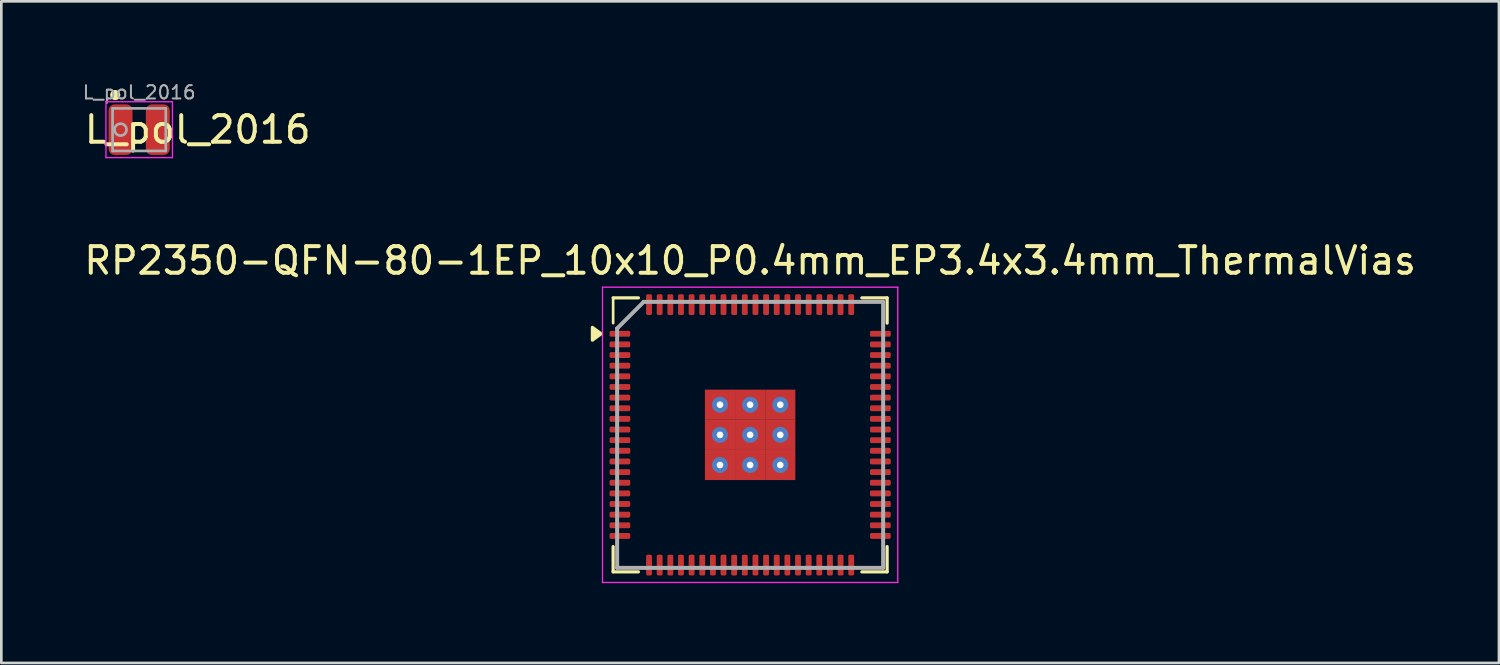
<source format=kicad_pcb>
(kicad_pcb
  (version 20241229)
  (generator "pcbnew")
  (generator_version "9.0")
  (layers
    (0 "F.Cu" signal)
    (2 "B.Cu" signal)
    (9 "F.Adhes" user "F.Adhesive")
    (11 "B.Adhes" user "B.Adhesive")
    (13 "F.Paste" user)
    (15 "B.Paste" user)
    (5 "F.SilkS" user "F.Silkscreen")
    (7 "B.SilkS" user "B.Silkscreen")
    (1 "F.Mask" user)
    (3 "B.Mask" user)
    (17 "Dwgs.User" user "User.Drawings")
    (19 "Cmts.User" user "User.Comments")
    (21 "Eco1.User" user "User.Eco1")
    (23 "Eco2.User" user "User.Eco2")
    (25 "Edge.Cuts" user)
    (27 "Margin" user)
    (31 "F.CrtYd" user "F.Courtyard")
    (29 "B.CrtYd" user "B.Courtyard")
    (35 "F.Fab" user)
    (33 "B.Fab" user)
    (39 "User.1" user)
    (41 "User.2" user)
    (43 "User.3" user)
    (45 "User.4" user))
  (footprint "L_pol_2016"
    (layer "F.Cu")
    (at 2.182 1.824)
    (property "Reference" "L_pol_2016" (at 2.2 0 0) (layer "F.SilkS") (effects (font (size 1 1) (thickness 0.15))))
    (attr smd)
    (fp_circle (center -0.9 -1.3) (end -0.759 -1.3) (stroke (width 0.1) (type solid)) (fill yes) (layer "F.SilkS"))
    (fp_line (start -1.25 -1.05) (end -1.25 1.05) (stroke (width 0.05) (type solid)) (layer "F.CrtYd"))
    (fp_line (start -1.25 1.05) (end 1.25 1.05) (stroke (width 0.05) (type solid)) (layer "F.CrtYd"))
    (fp_line (start 1.25 -1.05) (end -1.25 -1.05) (stroke (width 0.05) (type solid)) (layer "F.CrtYd"))
    (fp_line (start 1.25 1.05) (end 1.25 -1.05) (stroke (width 0.05) (type solid)) (layer "F.CrtYd"))
    (fp_line (start -1 -0.8) (end -1 0.8) (stroke (width 0.1) (type solid)) (layer "F.Fab"))
    (fp_line (start -1 0.8) (end 1 0.8) (stroke (width 0.1) (type solid)) (layer "F.Fab"))
    (fp_line (start 1 -0.8) (end -1 -0.8) (stroke (width 0.1) (type solid)) (layer "F.Fab"))
    (fp_line (start 1 0.8) (end 1 -0.8) (stroke (width 0.1) (type solid)) (layer "F.Fab"))
    (fp_circle (center -0.7 0) (end -0.476 0) (stroke (width 0.1) (type solid)) (fill no) (layer "F.Fab"))
    (fp_text user "${REFERENCE}" (at 0 -1.4 0) (layer "F.Fab") (effects (font (size 0.5 0.5) (thickness 0.075))))
    (pad "1" smd roundrect (at -0.7 0) (size 0.9 1.9) (layers "F.Cu" "F.Mask" "F.Paste") (roundrect_rratio 0.25))
    (pad "2" smd roundrect (at 0.7 0) (size 0.9 1.9) (layers "F.Cu" "F.Mask" "F.Paste") (roundrect_rratio 0.25)))
  (footprint "RP2350-QFN-80-1EP_10x10_P0.4mm_EP3.4x3.4mm_ThermalVias"
    (layer "F.Cu")
    (at 25.149 13.297)
    (property "Reference" "RP2350-QFN-80-1EP_10x10_P0.4mm_EP3.4x3.4mm_ThermalVias" (at 0 -6.55 0) (layer "F.SilkS") (effects (font (size 1 1) (thickness 0.15))))
    (attr smd)
    (fp_line (start -5.15 -4.2) (end -5.15 -5.15) (stroke (width 0.1) (type default)) (layer "F.SilkS"))
    (fp_line (start -5.15 5.15) (end -5.15 4.2) (stroke (width 0.12) (type default)) (layer "F.SilkS"))
    (fp_line (start -4.2 -5.15) (end -5.15 -5.15) (stroke (width 0.12) (type default)) (layer "F.SilkS"))
    (fp_line (start -4.2 5.15) (end -5.15 5.15) (stroke (width 0.12) (type default)) (layer "F.SilkS"))
    (fp_line (start 4.2 -5.15) (end 5.15 -5.15) (stroke (width 0.12) (type default)) (layer "F.SilkS"))
    (fp_line (start 4.2 5.15) (end 5.15 5.15) (stroke (width 0.12) (type default)) (layer "F.SilkS"))
    (fp_line (start 5.15 -5.15) (end 5.15 -4.2) (stroke (width 0.12) (type default)) (layer "F.SilkS"))
    (fp_line (start 5.15 5.15) (end 5.15 4.2) (stroke (width 0.12) (type default)) (layer "F.SilkS"))
    (fp_poly (pts (xy -5.6 -3.8) (xy -5.93 -3.56) (xy -5.93 -4.04) (xy -5.6 -3.8)) (stroke (width 0.12) (type solid)) (fill yes) (layer "F.SilkS"))
    (fp_line (start -5.55 -5.55) (end 5.55 -5.55) (stroke (width 0.05) (type default)) (layer "F.CrtYd"))
    (fp_line (start -5.55 5.55) (end -5.55 -5.55) (stroke (width 0.05) (type default)) (layer "F.CrtYd"))
    (fp_line (start 5.55 -5.55) (end 5.55 5.55) (stroke (width 0.05) (type default)) (layer "F.CrtYd"))
    (fp_line (start 5.55 5.55) (end -5.55 5.55) (stroke (width 0.05) (type default)) (layer "F.CrtYd"))
    (fp_line (start -5 -4) (end -5 5) (stroke (width 0.15) (type default)) (layer "F.Fab"))
    (fp_line (start -5 5) (end 5 5) (stroke (width 0.15) (type default)) (layer "F.Fab"))
    (fp_line (start -4 -5) (end -5 -4) (stroke (width 0.15) (type default)) (layer "F.Fab"))
    (fp_line (start 5 -5) (end -4 -5) (stroke (width 0.15) (type default)) (layer "F.Fab"))
    (fp_line (start 5 5) (end 5 -5) (stroke (width 0.15) (type default)) (layer "F.Fab"))
    (pad "" smd roundrect (at -0.7 -0.7) (size 1.2 1.2) (layers "F.Paste") (roundrect_rratio 0.208))
    (pad "" smd roundrect (at -0.7 0.7) (size 1.2 1.2) (layers "F.Paste") (roundrect_rratio 0.208))
    (pad "" smd roundrect (at 0.7 -0.7) (size 1.2 1.2) (layers "F.Paste") (roundrect_rratio 0.208))
    (pad "" smd roundrect (at 0.7 0.7) (size 1.2 1.2) (layers "F.Paste") (roundrect_rratio 0.208))
    (pad "1" smd roundrect (at -4.896 -3.8 90) (size 0.22 0.78) (layers "F.Cu" "F.Mask" "F.Paste") (roundrect_rratio 0.25))
    (pad "2" smd roundrect (at -4.896 -3.4 90) (size 0.22 0.78) (layers "F.Cu" "F.Mask" "F.Paste") (roundrect_rratio 0.25))
    (pad "3" smd roundrect (at -4.896 -3 90) (size 0.22 0.78) (layers "F.Cu" "F.Mask" "F.Paste") (roundrect_rratio 0.25))
    (pad "4" smd roundrect (at -4.896 -2.6 90) (size 0.22 0.78) (layers "F.Cu" "F.Mask" "F.Paste") (roundrect_rratio 0.25))
    (pad "5" smd roundrect (at -4.896 -2.2 90) (size 0.22 0.78) (layers "F.Cu" "F.Mask" "F.Paste") (roundrect_rratio 0.25))
    (pad "6" smd roundrect (at -4.896 -1.8 90) (size 0.22 0.78) (layers "F.Cu" "F.Mask" "F.Paste") (roundrect_rratio 0.25))
    (pad "7" smd roundrect (at -4.896 -1.4 90) (size 0.22 0.78) (layers "F.Cu" "F.Mask" "F.Paste") (roundrect_rratio 0.25))
    (pad "8" smd roundrect (at -4.896 -1 90) (size 0.22 0.78) (layers "F.Cu" "F.Mask" "F.Paste") (roundrect_rratio 0.25))
    (pad "9" smd roundrect (at -4.896 -0.6 90) (size 0.22 0.78) (layers "F.Cu" "F.Mask" "F.Paste") (roundrect_rratio 0.25))
    (pad "10" smd roundrect (at -4.896 -0.2 90) (size 0.22 0.78) (layers "F.Cu" "F.Mask" "F.Paste") (roundrect_rratio 0.25))
    (pad "11" smd roundrect (at -4.896 0.2 90) (size 0.22 0.78) (layers "F.Cu" "F.Mask" "F.Paste") (roundrect_rratio 0.25))
    (pad "12" smd roundrect (at -4.896 0.6 90) (size 0.22 0.78) (layers "F.Cu" "F.Mask" "F.Paste") (roundrect_rratio 0.25))
    (pad "13" smd roundrect (at -4.896 1 90) (size 0.22 0.78) (layers "F.Cu" "F.Mask" "F.Paste") (roundrect_rratio 0.25))
    (pad "14" smd roundrect (at -4.896 1.4 90) (size 0.22 0.78) (layers "F.Cu" "F.Mask" "F.Paste") (roundrect_rratio 0.25))
    (pad "15" smd roundrect (at -4.896 1.8 90) (size 0.22 0.78) (layers "F.Cu" "F.Mask" "F.Paste") (roundrect_rratio 0.25))
    (pad "16" smd roundrect (at -4.896 2.2 90) (size 0.22 0.78) (layers "F.Cu" "F.Mask" "F.Paste") (roundrect_rratio 0.25))
    (pad "17" smd roundrect (at -4.896 2.6 90) (size 0.22 0.78) (layers "F.Cu" "F.Mask" "F.Paste") (roundrect_rratio 0.25))
    (pad "18" smd roundrect (at -4.896 3 90) (size 0.22 0.78) (layers "F.Cu" "F.Mask" "F.Paste") (roundrect_rratio 0.25))
    (pad "19" smd roundrect (at -4.896 3.4 90) (size 0.22 0.78) (layers "F.Cu" "F.Mask" "F.Paste") (roundrect_rratio 0.25))
    (pad "20" smd roundrect (at -4.896 3.8 90) (size 0.22 0.78) (layers "F.Cu" "F.Mask" "F.Paste") (roundrect_rratio 0.25))
    (pad "21" smd roundrect (at -3.8 4.896) (size 0.22 0.78) (layers "F.Cu" "F.Mask" "F.Paste") (roundrect_rratio 0.25))
    (pad "22" smd roundrect (at -3.4 4.896) (size 0.22 0.78) (layers "F.Cu" "F.Mask" "F.Paste") (roundrect_rratio 0.25))
    (pad "23" smd roundrect (at -3 4.896) (size 0.22 0.78) (layers "F.Cu" "F.Mask" "F.Paste") (roundrect_rratio 0.25))
    (pad "24" smd roundrect (at -2.6 4.896) (size 0.22 0.78) (layers "F.Cu" "F.Mask" "F.Paste") (roundrect_rratio 0.25))
    (pad "25" smd roundrect (at -2.2 4.896) (size 0.22 0.78) (layers "F.Cu" "F.Mask" "F.Paste") (roundrect_rratio 0.25))
    (pad "26" smd roundrect (at -1.8 4.896) (size 0.22 0.78) (layers "F.Cu" "F.Mask" "F.Paste") (roundrect_rratio 0.25))
    (pad "27" smd roundrect (at -1.4 4.896) (size 0.22 0.78) (layers "F.Cu" "F.Mask" "F.Paste") (roundrect_rratio 0.25))
    (pad "28" smd roundrect (at -1 4.896) (size 0.22 0.78) (layers "F.Cu" "F.Mask" "F.Paste") (roundrect_rratio 0.25))
    (pad "29" smd roundrect (at -0.6 4.896) (size 0.22 0.78) (layers "F.Cu" "F.Mask" "F.Paste") (roundrect_rratio 0.25))
    (pad "30" smd roundrect (at -0.2 4.896) (size 0.22 0.78) (layers "F.Cu" "F.Mask" "F.Paste") (roundrect_rratio 0.25))
    (pad "31" smd roundrect (at 0.2 4.896) (size 0.22 0.78) (layers "F.Cu" "F.Mask" "F.Paste") (roundrect_rratio 0.25))
    (pad "32" smd roundrect (at 0.6 4.896) (size 0.22 0.78) (layers "F.Cu" "F.Mask" "F.Paste") (roundrect_rratio 0.25))
    (pad "33" smd roundrect (at 1 4.896) (size 0.22 0.78) (layers "F.Cu" "F.Mask" "F.Paste") (roundrect_rratio 0.25))
    (pad "34" smd roundrect (at 1.4 4.896) (size 0.22 0.78) (layers "F.Cu" "F.Mask" "F.Paste") (roundrect_rratio 0.25))
    (pad "35" smd roundrect (at 1.8 4.896) (size 0.22 0.78) (layers "F.Cu" "F.Mask" "F.Paste") (roundrect_rratio 0.25))
    (pad "36" smd roundrect (at 2.2 4.896) (size 0.22 0.78) (layers "F.Cu" "F.Mask" "F.Paste") (roundrect_rratio 0.25))
    (pad "37" smd roundrect (at 2.6 4.896) (size 0.22 0.78) (layers "F.Cu" "F.Mask" "F.Paste") (roundrect_rratio 0.25))
    (pad "38" smd roundrect (at 3 4.896) (size 0.22 0.78) (layers "F.Cu" "F.Mask" "F.Paste") (roundrect_rratio 0.25))
    (pad "39" smd roundrect (at 3.4 4.896) (size 0.22 0.78) (layers "F.Cu" "F.Mask" "F.Paste") (roundrect_rratio 0.25))
    (pad "40" smd roundrect (at 3.8 4.896) (size 0.22 0.78) (layers "F.Cu" "F.Mask" "F.Paste") (roundrect_rratio 0.25))
    (pad "41" smd roundrect (at 4.896 3.8 90) (size 0.22 0.78) (layers "F.Cu" "F.Mask" "F.Paste") (roundrect_rratio 0.25))
    (pad "42" smd roundrect (at 4.896 3.4 90) (size 0.22 0.78) (layers "F.Cu" "F.Mask" "F.Paste") (roundrect_rratio 0.25))
    (pad "43" smd roundrect (at 4.896 3 90) (size 0.22 0.78) (layers "F.Cu" "F.Mask" "F.Paste") (roundrect_rratio 0.25))
    (pad "44" smd roundrect (at 4.896 2.6 90) (size 0.22 0.78) (layers "F.Cu" "F.Mask" "F.Paste") (roundrect_rratio 0.25))
    (pad "45" smd roundrect (at 4.896 2.2 90) (size 0.22 0.78) (layers "F.Cu" "F.Mask" "F.Paste") (roundrect_rratio 0.25))
    (pad "46" smd roundrect (at 4.896 1.8 90) (size 0.22 0.78) (layers "F.Cu" "F.Mask" "F.Paste") (roundrect_rratio 0.25))
    (pad "47" smd roundrect (at 4.896 1.4 90) (size 0.22 0.78) (layers "F.Cu" "F.Mask" "F.Paste") (roundrect_rratio 0.25))
    (pad "48" smd roundrect (at 4.896 1 90) (size 0.22 0.78) (layers "F.Cu" "F.Mask" "F.Paste") (roundrect_rratio 0.25))
    (pad "49" smd roundrect (at 4.896 0.6 90) (size 0.22 0.78) (layers "F.Cu" "F.Mask" "F.Paste") (roundrect_rratio 0.25))
    (pad "50" smd roundrect (at 4.896 0.2 90) (size 0.22 0.78) (layers "F.Cu" "F.Mask" "F.Paste") (roundrect_rratio 0.25))
    (pad "51" smd roundrect (at 4.896 -0.2 90) (size 0.22 0.78) (layers "F.Cu" "F.Mask" "F.Paste") (roundrect_rratio 0.25))
    (pad "52" smd roundrect (at 4.896 -0.6 90) (size 0.22 0.78) (layers "F.Cu" "F.Mask" "F.Paste") (roundrect_rratio 0.25))
    (pad "53" smd roundrect (at 4.896 -1 90) (size 0.22 0.78) (layers "F.Cu" "F.Mask" "F.Paste") (roundrect_rratio 0.25))
    (pad "54" smd roundrect (at 4.896 -1.4 90) (size 0.22 0.78) (layers "F.Cu" "F.Mask" "F.Paste") (roundrect_rratio 0.25))
    (pad "55" smd roundrect (at 4.896 -1.8 90) (size 0.22 0.78) (layers "F.Cu" "F.Mask" "F.Paste") (roundrect_rratio 0.25))
    (pad "56" smd roundrect (at 4.896 -2.2 90) (size 0.22 0.78) (layers "F.Cu" "F.Mask" "F.Paste") (roundrect_rratio 0.25))
    (pad "57" smd roundrect (at 4.896 -2.6 90) (size 0.22 0.78) (layers "F.Cu" "F.Mask" "F.Paste") (roundrect_rratio 0.25))
    (pad "58" smd roundrect (at 4.896 -3 90) (size 0.22 0.78) (layers "F.Cu" "F.Mask" "F.Paste") (roundrect_rratio 0.25))
    (pad "59" smd roundrect (at 4.896 -3.4 90) (size 0.22 0.78) (layers "F.Cu" "F.Mask" "F.Paste") (roundrect_rratio 0.25))
    (pad "60" smd roundrect (at 4.896 -3.8 90) (size 0.22 0.78) (layers "F.Cu" "F.Mask" "F.Paste") (roundrect_rratio 0.25))
    (pad "61" smd roundrect (at 3.8 -4.896) (size 0.22 0.78) (layers "F.Cu" "F.Mask" "F.Paste") (roundrect_rratio 0.25))
    (pad "62" smd roundrect (at 3.4 -4.896) (size 0.22 0.78) (layers "F.Cu" "F.Mask" "F.Paste") (roundrect_rratio 0.25))
    (pad "63" smd roundrect (at 3 -4.896) (size 0.22 0.78) (layers "F.Cu" "F.Mask" "F.Paste") (roundrect_rratio 0.25))
    (pad "64" smd roundrect (at 2.6 -4.896) (size 0.22 0.78) (layers "F.Cu" "F.Mask" "F.Paste") (roundrect_rratio 0.25))
    (pad "65" smd roundrect (at 2.2 -4.896) (size 0.22 0.78) (layers "F.Cu" "F.Mask" "F.Paste") (roundrect_rratio 0.25))
    (pad "66" smd roundrect (at 1.8 -4.896) (size 0.22 0.78) (layers "F.Cu" "F.Mask" "F.Paste") (roundrect_rratio 0.25))
    (pad "67" smd roundrect (at 1.4 -4.896) (size 0.22 0.78) (layers "F.Cu" "F.Mask" "F.Paste") (roundrect_rratio 0.25))
    (pad "68" smd roundrect (at 1 -4.896) (size 0.22 0.78) (layers "F.Cu" "F.Mask" "F.Paste") (roundrect_rratio 0.25))
    (pad "69" smd roundrect (at 0.6 -4.896) (size 0.22 0.78) (layers "F.Cu" "F.Mask" "F.Paste") (roundrect_rratio 0.25))
    (pad "70" smd roundrect (at 0.2 -4.896) (size 0.22 0.78) (layers "F.Cu" "F.Mask" "F.Paste") (roundrect_rratio 0.25))
    (pad "71" smd roundrect (at -0.2 -4.896) (size 0.22 0.78) (layers "F.Cu" "F.Mask" "F.Paste") (roundrect_rratio 0.25))
    (pad "72" smd roundrect (at -0.6 -4.896) (size 0.22 0.78) (layers "F.Cu" "F.Mask" "F.Paste") (roundrect_rratio 0.25))
    (pad "73" smd roundrect (at -1 -4.896) (size 0.22 0.78) (layers "F.Cu" "F.Mask" "F.Paste") (roundrect_rratio 0.25))
    (pad "74" smd roundrect (at -1.4 -4.896) (size 0.22 0.78) (layers "F.Cu" "F.Mask" "F.Paste") (roundrect_rratio 0.25))
    (pad "75" smd roundrect (at -1.8 -4.896) (size 0.22 0.78) (layers "F.Cu" "F.Mask" "F.Paste") (roundrect_rratio 0.25))
    (pad "76" smd roundrect (at -2.2 -4.896) (size 0.22 0.78) (layers "F.Cu" "F.Mask" "F.Paste") (roundrect_rratio 0.25))
    (pad "77" smd roundrect (at -2.6 -4.896) (size 0.22 0.78) (layers "F.Cu" "F.Mask" "F.Paste") (roundrect_rratio 0.25))
    (pad "78" smd roundrect (at -3 -4.896) (size 0.22 0.78) (layers "F.Cu" "F.Mask" "F.Paste") (roundrect_rratio 0.25))
    (pad "79" smd roundrect (at -3.4 -4.896) (size 0.22 0.78) (layers "F.Cu" "F.Mask" "F.Paste") (roundrect_rratio 0.25))
    (pad "80" smd roundrect (at -3.8 -4.896) (size 0.22 0.78) (layers "F.Cu" "F.Mask" "F.Paste") (roundrect_rratio 0.25))
    (pad "81" thru_hole circle (at -1.133 -1.133) (size 0.6 0.6) (drill 0.25) (layers "*.Cu" "*.Mask"))
    (pad "81" smd rect (at -1.133 -1.133) (size 1.133 1.133) (layers "F.Cu" "F.Mask" "F.Paste"))
    (pad "81" thru_hole circle (at -1.133 0) (size 0.6 0.6) (drill 0.25) (layers "*.Cu" "*.Mask"))
    (pad "81" smd rect (at -1.133 0) (size 1.133 1.133) (layers "F.Cu" "F.Mask" "F.Paste"))
    (pad "81" thru_hole circle (at -1.133 1.133) (size 0.6 0.6) (drill 0.25) (layers "*.Cu" "*.Mask"))
    (pad "81" smd rect (at -1.133 1.133) (size 1.133 1.133) (layers "F.Cu" "F.Mask" "F.Paste"))
    (pad "81" thru_hole circle (at 0 -1.133) (size 0.6 0.6) (drill 0.25) (layers "*.Cu" "*.Mask"))
    (pad "81" smd rect (at 0 -1.133) (size 1.133 1.133) (layers "F.Cu" "F.Mask" "F.Paste"))
    (pad "81" thru_hole circle (at 0 0) (size 0.6 0.6) (drill 0.25) (layers "*.Cu" "*.Mask"))
    (pad "81" smd rect (at 0 0) (size 1.133 1.133) (layers "F.Cu" "F.Mask" "F.Paste"))
    (pad "81" thru_hole circle (at 0 1.133) (size 0.6 0.6) (drill 0.25) (layers "*.Cu" "*.Mask"))
    (pad "81" smd rect (at 0 1.133) (size 1.133 1.133) (layers "F.Cu" "F.Mask" "F.Paste"))
    (pad "81" thru_hole circle (at 1.133 -1.133) (size 0.6 0.6) (drill 0.25) (layers "*.Cu" "*.Mask"))
    (pad "81" smd rect (at 1.133 -1.133) (size 1.133 1.133) (layers "F.Cu" "F.Mask" "F.Paste"))
    (pad "81" thru_hole circle (at 1.133 0) (size 0.6 0.6) (drill 0.25) (layers "*.Cu" "*.Mask"))
    (pad "81" smd rect (at 1.133 0) (size 1.133 1.133) (layers "F.Cu" "F.Mask" "F.Paste"))
    (pad "81" thru_hole circle (at 1.133 1.133) (size 0.6 0.6) (drill 0.25) (layers "*.Cu" "*.Mask"))
    (pad "81" smd rect (at 1.133 1.133) (size 1.133 1.133) (layers "F.Cu" "F.Mask" "F.Paste")))
  (gr_rect
    (start -3 -3)
    (end 53.298 21.872)
    (stroke (width 0.1) (type default))
    (fill no)
    (layer "Edge.Cuts")))
</source>
